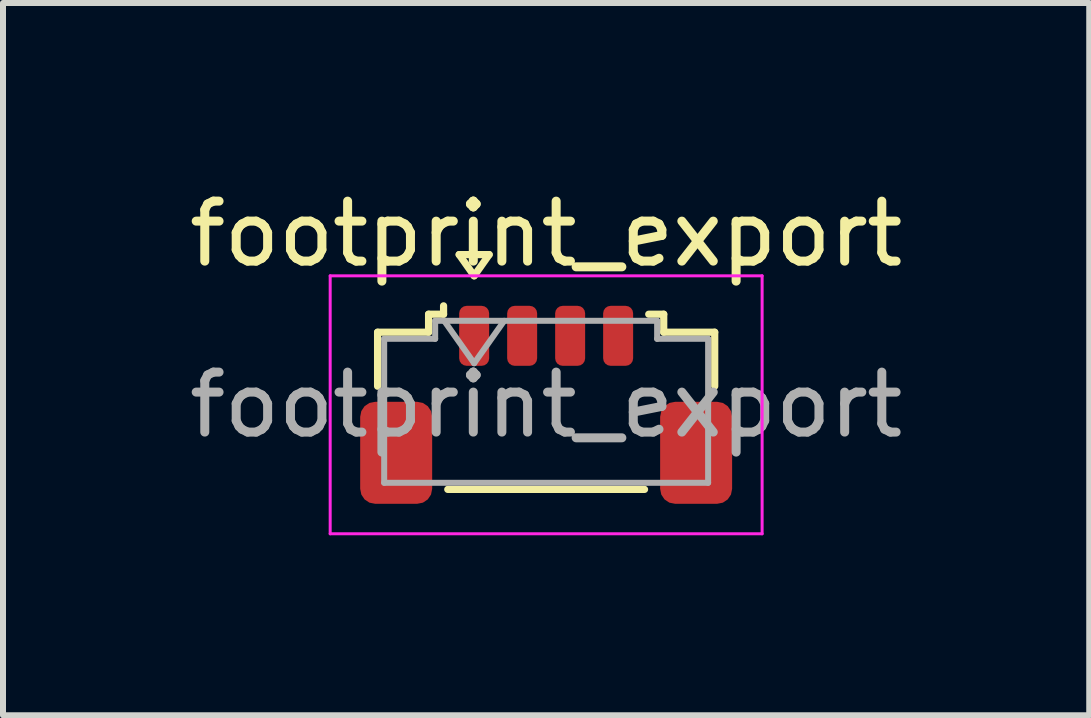
<source format=kicad_pcb>
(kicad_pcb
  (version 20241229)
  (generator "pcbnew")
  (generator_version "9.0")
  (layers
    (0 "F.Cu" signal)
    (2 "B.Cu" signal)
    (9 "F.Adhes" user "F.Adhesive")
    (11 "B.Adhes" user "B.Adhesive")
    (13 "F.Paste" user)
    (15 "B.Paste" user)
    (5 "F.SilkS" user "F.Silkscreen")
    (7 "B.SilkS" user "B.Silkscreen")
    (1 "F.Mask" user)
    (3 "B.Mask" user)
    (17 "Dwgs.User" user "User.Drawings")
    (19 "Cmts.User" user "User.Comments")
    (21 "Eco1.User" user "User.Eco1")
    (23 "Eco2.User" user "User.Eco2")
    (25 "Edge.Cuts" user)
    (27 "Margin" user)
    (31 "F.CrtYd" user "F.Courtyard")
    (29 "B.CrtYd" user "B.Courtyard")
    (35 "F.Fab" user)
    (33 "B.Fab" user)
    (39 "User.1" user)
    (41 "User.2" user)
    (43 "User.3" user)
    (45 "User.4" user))
  (footprint "footprint_export"
    (layer "F.Cu")
    (at 6.054 3.698)
    (property "Reference" "footprint_export" (at 0 -2.85 0) (layer "F.SilkS") (effects (font (size 1 1) (thickness 0.15))))
    (attr smd)
    (fp_line (start -2.81 -1.21) (end -1.96 -1.21) (stroke (width 0.12) (type solid)) (layer "F.SilkS"))
    (fp_line (start -2.81 -0.31) (end -2.81 -1.21) (stroke (width 0.12) (type solid)) (layer "F.SilkS"))
    (fp_line (start -1.96 -1.51) (end -1.71 -1.51) (stroke (width 0.12) (type solid)) (layer "F.SilkS"))
    (fp_line (start -1.96 -1.21) (end -1.96 -1.51) (stroke (width 0.12) (type solid)) (layer "F.SilkS"))
    (fp_line (start -1.71 -1.51) (end -1.71 -1.65) (stroke (width 0.12) (type solid)) (layer "F.SilkS"))
    (fp_line (start -1.64 1.41) (end 1.64 1.41) (stroke (width 0.12) (type solid)) (layer "F.SilkS"))
    (fp_line (start -1.45 -2.504) (end -1.2 -2.15) (stroke (width 0.12) (type solid)) (layer "F.SilkS"))
    (fp_line (start -1.2 -2.15) (end -0.95 -2.504) (stroke (width 0.12) (type solid)) (layer "F.SilkS"))
    (fp_line (start -0.95 -2.504) (end -1.45 -2.504) (stroke (width 0.12) (type solid)) (layer "F.SilkS"))
    (fp_line (start 1.96 -1.51) (end 1.71 -1.51) (stroke (width 0.12) (type solid)) (layer "F.SilkS"))
    (fp_line (start 1.96 -1.21) (end 1.96 -1.51) (stroke (width 0.12) (type solid)) (layer "F.SilkS"))
    (fp_line (start 2.81 -1.21) (end 1.96 -1.21) (stroke (width 0.12) (type solid)) (layer "F.SilkS"))
    (fp_line (start 2.81 -0.31) (end 2.81 -1.21) (stroke (width 0.12) (type solid)) (layer "F.SilkS"))
    (fp_line (start -3.6 -2.15) (end -3.6 2.15) (stroke (width 0.05) (type solid)) (layer "F.CrtYd"))
    (fp_line (start -3.6 2.15) (end 3.6 2.15) (stroke (width 0.05) (type solid)) (layer "F.CrtYd"))
    (fp_line (start 3.6 -2.15) (end -3.6 -2.15) (stroke (width 0.05) (type solid)) (layer "F.CrtYd"))
    (fp_line (start 3.6 2.15) (end 3.6 -2.15) (stroke (width 0.05) (type solid)) (layer "F.CrtYd"))
    (fp_line (start -2.7 -1.1) (end -2.7 1.3) (stroke (width 0.1) (type solid)) (layer "F.Fab"))
    (fp_line (start -2.7 -1.1) (end -1.85 -1.1) (stroke (width 0.1) (type solid)) (layer "F.Fab"))
    (fp_line (start -2.7 1.3) (end 2.7 1.3) (stroke (width 0.1) (type solid)) (layer "F.Fab"))
    (fp_line (start -1.85 -1.4) (end 1.85 -1.4) (stroke (width 0.1) (type solid)) (layer "F.Fab"))
    (fp_line (start -1.85 -1.1) (end -1.85 -1.4) (stroke (width 0.1) (type solid)) (layer "F.Fab"))
    (fp_line (start -1.7 -1.4) (end -1.2 -0.693) (stroke (width 0.1) (type solid)) (layer "F.Fab"))
    (fp_line (start -1.2 -0.693) (end -0.7 -1.4) (stroke (width 0.1) (type solid)) (layer "F.Fab"))
    (fp_line (start 1.85 -1.4) (end 1.85 -1.1) (stroke (width 0.1) (type solid)) (layer "F.Fab"))
    (fp_line (start 1.85 -1.1) (end 2.7 -1.1) (stroke (width 0.1) (type solid)) (layer "F.Fab"))
    (fp_line (start 2.7 -1.1) (end 2.7 1.3) (stroke (width 0.1) (type solid)) (layer "F.Fab"))
    (fp_text user "${REFERENCE}" (at 0 0 0) (layer "F.Fab") (effects (font (size 1 1) (thickness 0.15))))
    (pad "1" smd roundrect (at -1.2 -1.15) (size 0.5 1) (layers "F.Cu" "F.Mask" "F.Paste") (roundrect_rratio 0.25))
    (pad "2" smd roundrect (at -0.4 -1.15) (size 0.5 1) (layers "F.Cu" "F.Mask" "F.Paste") (roundrect_rratio 0.25))
    (pad "3" smd roundrect (at 0.4 -1.15) (size 0.5 1) (layers "F.Cu" "F.Mask" "F.Paste") (roundrect_rratio 0.25))
    (pad "4" smd roundrect (at 1.2 -1.15) (size 0.5 1) (layers "F.Cu" "F.Mask" "F.Paste") (roundrect_rratio 0.25))
    (pad "MP" smd roundrect (at -2.5 0.8) (size 1.2 1.7) (layers "F.Cu" "F.Mask" "F.Paste") (roundrect_rratio 0.208))
    (pad "MP" smd roundrect (at 2.5 0.8) (size 1.2 1.7) (layers "F.Cu" "F.Mask" "F.Paste") (roundrect_rratio 0.208)))
  (gr_rect
    (start -3 -3)
    (end 15.107 8.873)
    (stroke (width 0.1) (type default))
    (fill no)
    (layer "Edge.Cuts")))
</source>
